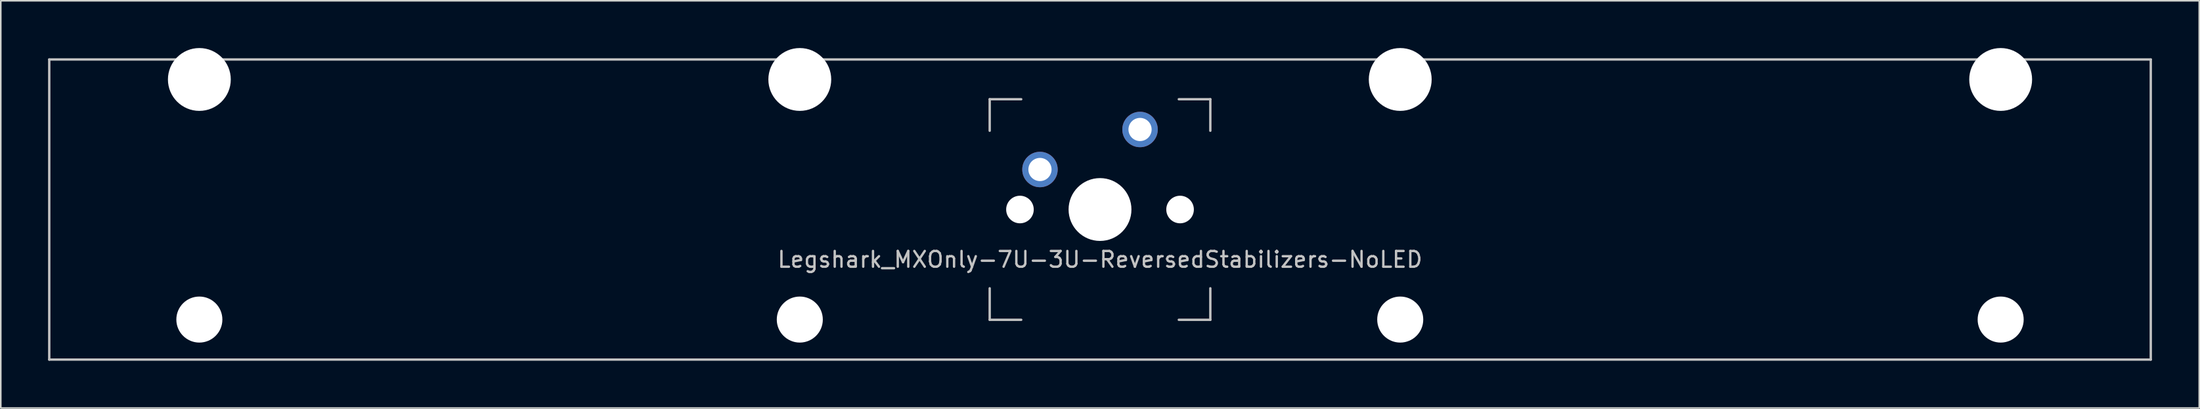
<source format=kicad_pcb>
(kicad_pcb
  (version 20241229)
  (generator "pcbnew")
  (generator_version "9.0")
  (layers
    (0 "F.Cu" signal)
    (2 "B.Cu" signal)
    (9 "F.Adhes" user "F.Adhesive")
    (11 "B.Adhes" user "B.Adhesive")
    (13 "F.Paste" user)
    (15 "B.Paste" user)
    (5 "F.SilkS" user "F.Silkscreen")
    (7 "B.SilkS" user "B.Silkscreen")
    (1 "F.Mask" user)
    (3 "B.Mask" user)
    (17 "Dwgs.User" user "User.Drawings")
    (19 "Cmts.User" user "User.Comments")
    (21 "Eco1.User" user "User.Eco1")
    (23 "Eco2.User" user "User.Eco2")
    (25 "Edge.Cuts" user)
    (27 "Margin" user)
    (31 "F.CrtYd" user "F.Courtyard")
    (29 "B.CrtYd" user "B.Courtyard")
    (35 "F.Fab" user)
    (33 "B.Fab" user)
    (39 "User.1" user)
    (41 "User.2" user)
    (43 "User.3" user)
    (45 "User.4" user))
  (footprint "Legshark_MXOnly-7U-3U-ReversedStabilizers-NoLED"
    (layer "F.Cu")
    (at 66.75 10.249)
    (property "Reference" "Legshark_MXOnly-7U-3U-ReversedStabilizers-NoLED" (at 0 3.175 0) (layer "Dwgs.User") (effects (font (size 1 1) (thickness 0.15))))
    (attr through_hole)
    (fp_line (start -66.675 -9.525) (end 66.675 -9.525) (stroke (width 0.15) (type solid)) (layer "Dwgs.User"))
    (fp_line (start -66.675 9.525) (end -66.675 -9.525) (stroke (width 0.15) (type solid)) (layer "Dwgs.User"))
    (fp_line (start -66.675 9.525) (end 66.675 9.525) (stroke (width 0.15) (type solid)) (layer "Dwgs.User"))
    (fp_line (start -7 -7) (end -7 -5) (stroke (width 0.15) (type solid)) (layer "Dwgs.User"))
    (fp_line (start -7 5) (end -7 7) (stroke (width 0.15) (type solid)) (layer "Dwgs.User"))
    (fp_line (start -7 7) (end -5 7) (stroke (width 0.15) (type solid)) (layer "Dwgs.User"))
    (fp_line (start -5 -7) (end -7 -7) (stroke (width 0.15) (type solid)) (layer "Dwgs.User"))
    (fp_line (start 5 -7) (end 7 -7) (stroke (width 0.15) (type solid)) (layer "Dwgs.User"))
    (fp_line (start 5 7) (end 7 7) (stroke (width 0.15) (type solid)) (layer "Dwgs.User"))
    (fp_line (start 7 -7) (end 7 -5) (stroke (width 0.15) (type solid)) (layer "Dwgs.User"))
    (fp_line (start 7 7) (end 7 5) (stroke (width 0.15) (type solid)) (layer "Dwgs.User"))
    (fp_line (start 66.675 -9.525) (end 66.675 9.525) (stroke (width 0.15) (type solid)) (layer "Dwgs.User"))
    (pad "" np_thru_hole circle (at -57.15 -8.255) (size 3.988 3.988) (drill 3.988) (layers "*.Cu" "*.Mask"))
    (pad "" np_thru_hole circle (at -57.15 6.985) (size 2.921 2.921) (drill 2.921) (layers "*.Cu" "*.Mask"))
    (pad "" np_thru_hole circle (at -19.05 -8.255) (size 3.988 3.988) (drill 3.988) (layers "*.Cu" "*.Mask"))
    (pad "" np_thru_hole circle (at -19.05 6.985) (size 2.921 2.921) (drill 2.921) (layers "*.Cu" "*.Mask"))
    (pad "" np_thru_hole circle (at -5.08 0 48.1) (size 1.75 1.75) (drill 1.75) (layers "*.Cu" "*.Mask"))
    (pad "" np_thru_hole circle (at 0 0) (size 3.988 3.988) (drill 3.988) (layers "*.Cu" "*.Mask"))
    (pad "" np_thru_hole circle (at 5.08 0 48.1) (size 1.75 1.75) (drill 1.75) (layers "*.Cu" "*.Mask"))
    (pad "" np_thru_hole circle (at 19.05 -8.255) (size 3.988 3.988) (drill 3.988) (layers "*.Cu" "*.Mask"))
    (pad "" np_thru_hole circle (at 19.05 6.985) (size 2.921 2.921) (drill 2.921) (layers "*.Cu" "*.Mask"))
    (pad "" np_thru_hole circle (at 57.15 -8.255) (size 3.988 3.988) (drill 3.988) (layers "*.Cu" "*.Mask"))
    (pad "" np_thru_hole circle (at 57.15 6.985) (size 2.921 2.921) (drill 2.921) (layers "*.Cu" "*.Mask"))
    (pad "1" thru_hole circle (at -3.81 -2.54) (size 2.25 2.25) (drill 1.47) (layers "*.Cu" "B.Mask"))
    (pad "2" thru_hole circle (at 2.54 -5.08) (size 2.25 2.25) (drill 1.47) (layers "*.Cu" "B.Mask")))
  (gr_rect
    (start -3 -3)
    (end 136.5 22.849)
    (stroke (width 0.1) (type default))
    (fill no)
    (layer "Edge.Cuts")))
</source>
